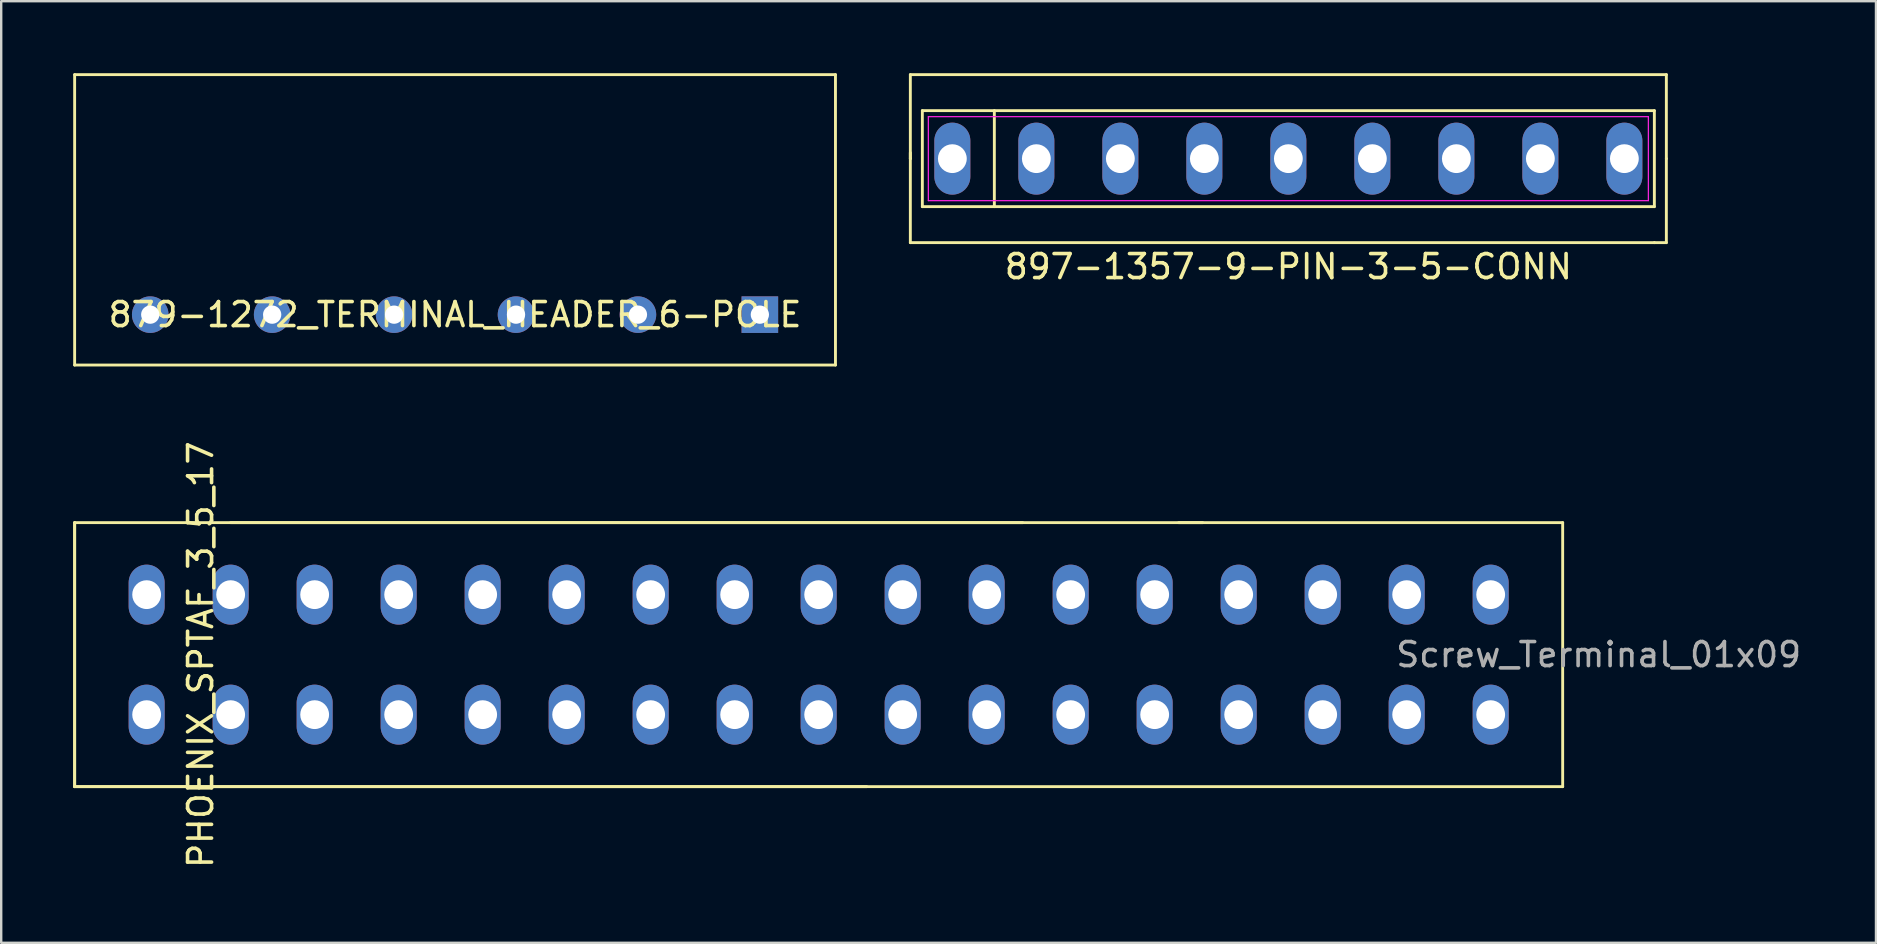
<source format=kicad_pcb>
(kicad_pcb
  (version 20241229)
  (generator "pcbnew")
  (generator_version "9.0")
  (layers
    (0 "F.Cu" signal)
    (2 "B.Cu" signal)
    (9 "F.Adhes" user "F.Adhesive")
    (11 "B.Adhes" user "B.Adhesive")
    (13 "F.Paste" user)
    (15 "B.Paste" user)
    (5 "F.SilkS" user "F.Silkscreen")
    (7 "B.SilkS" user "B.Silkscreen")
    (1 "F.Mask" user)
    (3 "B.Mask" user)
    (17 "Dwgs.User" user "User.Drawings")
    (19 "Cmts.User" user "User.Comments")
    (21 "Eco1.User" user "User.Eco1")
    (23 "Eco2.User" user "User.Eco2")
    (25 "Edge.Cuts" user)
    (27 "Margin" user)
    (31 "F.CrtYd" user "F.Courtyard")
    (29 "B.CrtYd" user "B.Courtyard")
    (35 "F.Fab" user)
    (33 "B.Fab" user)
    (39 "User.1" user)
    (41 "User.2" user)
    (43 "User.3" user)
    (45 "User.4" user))
  (footprint "879-1272_TERMINAL_HEADER_6-POLE"
    (layer "F.Cu")
    (at 3.21 10.06)
    (property "Reference" "879-1272_TERMINAL_HEADER_6-POLE" (at 12.7 0 180) (layer "F.SilkS") (effects (font (size 1 1) (thickness 0.15))))
    (attr through_hole)
    (fp_line (start -3.15 -10) (end 28.55 -10) (stroke (width 0.12) (type solid)) (layer "F.SilkS"))
    (fp_line (start -3.15 2.1) (end -3.15 -10) (stroke (width 0.12) (type solid)) (layer "F.SilkS"))
    (fp_line (start 28.55 -10) (end 28.55 2.1) (stroke (width 0.12) (type solid)) (layer "F.SilkS"))
    (fp_line (start 28.55 2.1) (end -3.15 2.1) (stroke (width 0.12) (type solid)) (layer "F.SilkS"))
    (pad "1" thru_hole rect (at 25.4 0) (size 1.524 1.524) (drill 0.762) (layers "*.Cu" "*.Mask"))
    (pad "2" thru_hole circle (at 20.32 0) (size 1.524 1.524) (drill 0.762) (layers "*.Cu" "*.Mask"))
    (pad "3" thru_hole circle (at 15.24 0) (size 1.524 1.524) (drill 0.762) (layers "*.Cu" "*.Mask"))
    (pad "4" thru_hole circle (at 10.16 0) (size 1.524 1.524) (drill 0.762) (layers "*.Cu" "*.Mask"))
    (pad "5" thru_hole circle (at 5.08 0) (size 1.524 1.524) (drill 0.762) (layers "*.Cu" "*.Mask"))
    (pad "6" thru_hole circle (at 0 0) (size 1.524 1.524) (drill 0.762) (layers "*.Cu" "*.Mask")))
  (footprint "PHOENIX_SPTAF_3_5_17"
    (layer "F.Cu")
    (at 23.06 24.226)
    (property "Reference" "PHOENIX_SPTAF_3_5_17" (at -17.75 0 90) (layer "F.SilkS") (effects (font (size 1 1) (thickness 0.15))))
    (attr through_hole)
    (fp_line (start -23 -5.5) (end -23 5.5) (stroke (width 0.12) (type solid)) (layer "F.SilkS"))
    (fp_line (start -23 -5.5) (end 39 -5.5) (stroke (width 0.12) (type solid)) (layer "F.SilkS"))
    (fp_line (start -23 5.5) (end -23 -5.5) (stroke (width 0.12) (type solid)) (layer "F.SilkS"))
    (fp_line (start -23 5.5) (end 10 5.5) (stroke (width 0.12) (type solid)) (layer "F.SilkS"))
    (fp_line (start 16.5 -5.5) (end -16.5 -5.5) (stroke (width 0.12) (type solid)) (layer "F.SilkS"))
    (fp_line (start 24 -5.5) (end 23 -5.5) (stroke (width 0.12) (type solid)) (layer "F.SilkS"))
    (fp_line (start 39 5.5) (end -23 5.5) (stroke (width 0.12) (type solid)) (layer "F.SilkS"))
    (fp_line (start 39 5.5) (end 39 -5.5) (stroke (width 0.12) (type solid)) (layer "F.SilkS"))
    (fp_text user "Screw_Terminal_01x09" (at 40.5 0 0) (layer "F.Fab") (effects (font (size 1 1) (thickness 0.15))))
    (pad "1" thru_hole oval (at -20 -2.5) (size 1.5 2.5) (drill 1.2) (layers "*.Cu" "*.Mask"))
    (pad "1" thru_hole oval (at -20 2.5) (size 1.5 2.5) (drill 1.2) (layers "*.Cu" "*.Mask"))
    (pad "2" thru_hole oval (at -16.5 -2.5) (size 1.5 2.5) (drill 1.2) (layers "*.Cu" "*.Mask"))
    (pad "2" thru_hole oval (at -16.5 2.5) (size 1.5 2.5) (drill 1.2) (layers "*.Cu" "*.Mask"))
    (pad "3" thru_hole oval (at -13 -2.5) (size 1.5 2.5) (drill 1.2) (layers "*.Cu" "*.Mask"))
    (pad "3" thru_hole oval (at -13 2.5) (size 1.5 2.5) (drill 1.2) (layers "*.Cu" "*.Mask"))
    (pad "4" thru_hole oval (at -9.5 -2.5) (size 1.5 2.5) (drill 1.2) (layers "*.Cu" "*.Mask"))
    (pad "4" thru_hole oval (at -9.5 2.5) (size 1.5 2.5) (drill 1.2) (layers "*.Cu" "*.Mask"))
    (pad "5" thru_hole oval (at -6 -2.5) (size 1.5 2.5) (drill 1.2) (layers "*.Cu" "*.Mask"))
    (pad "5" thru_hole oval (at -6 2.5) (size 1.5 2.5) (drill 1.2) (layers "*.Cu" "*.Mask"))
    (pad "6" thru_hole oval (at -2.5 -2.5) (size 1.5 2.5) (drill 1.2) (layers "*.Cu" "*.Mask"))
    (pad "6" thru_hole oval (at -2.5 2.5) (size 1.5 2.5) (drill 1.2) (layers "*.Cu" "*.Mask"))
    (pad "7" thru_hole oval (at 1 -2.5) (size 1.5 2.5) (drill 1.2) (layers "*.Cu" "*.Mask"))
    (pad "7" thru_hole oval (at 1 2.5) (size 1.5 2.5) (drill 1.2) (layers "*.Cu" "*.Mask"))
    (pad "8" thru_hole oval (at 4.5 -2.5) (size 1.5 2.5) (drill 1.2) (layers "*.Cu" "*.Mask"))
    (pad "8" thru_hole oval (at 4.5 2.5) (size 1.5 2.5) (drill 1.2) (layers "*.Cu" "*.Mask"))
    (pad "9" thru_hole oval (at 8 -2.5) (size 1.5 2.5) (drill 1.2) (layers "*.Cu" "*.Mask"))
    (pad "9" thru_hole oval (at 8 2.5) (size 1.5 2.5) (drill 1.2) (layers "*.Cu" "*.Mask"))
    (pad "10" thru_hole oval (at 11.5 -2.5) (size 1.5 2.5) (drill 1.2) (layers "*.Cu" "*.Mask"))
    (pad "10" thru_hole oval (at 11.5 2.5) (size 1.5 2.5) (drill 1.2) (layers "*.Cu" "*.Mask"))
    (pad "11" thru_hole oval (at 15 -2.5) (size 1.5 2.5) (drill 1.2) (layers "*.Cu" "*.Mask"))
    (pad "11" thru_hole oval (at 15 2.5) (size 1.5 2.5) (drill 1.2) (layers "*.Cu" "*.Mask"))
    (pad "12" thru_hole oval (at 18.5 -2.5) (size 1.5 2.5) (drill 1.2) (layers "*.Cu" "*.Mask"))
    (pad "12" thru_hole oval (at 18.5 2.5) (size 1.5 2.5) (drill 1.2) (layers "*.Cu" "*.Mask"))
    (pad "13" thru_hole oval (at 22 -2.5) (size 1.5 2.5) (drill 1.2) (layers "*.Cu" "*.Mask"))
    (pad "13" thru_hole oval (at 22 2.5) (size 1.5 2.5) (drill 1.2) (layers "*.Cu" "*.Mask"))
    (pad "14" thru_hole oval (at 25.5 -2.5) (size 1.5 2.5) (drill 1.2) (layers "*.Cu" "*.Mask"))
    (pad "14" thru_hole oval (at 25.5 2.5) (size 1.5 2.5) (drill 1.2) (layers "*.Cu" "*.Mask"))
    (pad "15" thru_hole oval (at 29 -2.5) (size 1.5 2.5) (drill 1.2) (layers "*.Cu" "*.Mask"))
    (pad "15" thru_hole oval (at 29 2.5) (size 1.5 2.5) (drill 1.2) (layers "*.Cu" "*.Mask"))
    (pad "16" thru_hole oval (at 32.5 -2.5) (size 1.5 2.5) (drill 1.2) (layers "*.Cu" "*.Mask"))
    (pad "16" thru_hole oval (at 32.5 2.5) (size 1.5 2.5) (drill 1.2) (layers "*.Cu" "*.Mask"))
    (pad "17" thru_hole oval (at 36 -2.5) (size 1.5 2.5) (drill 1.2) (layers "*.Cu" "*.Mask"))
    (pad "17" thru_hole oval (at 36 2.5) (size 1.5 2.5) (drill 1.2) (layers "*.Cu" "*.Mask")))
  (footprint "897-1357-9-PIN-3-5-CONN"
    (layer "F.Cu")
    (at 50.63 3.56)
    (property "Reference" "897-1357-9-PIN-3-5-CONN" (at 0 4.5 0) (layer "F.SilkS") (effects (font (size 1 1) (thickness 0.15))))
    (attr through_hole)
    (fp_line (start -15.75 -3.5) (end -15.75 0) (stroke (width 0.12) (type solid)) (layer "F.SilkS"))
    (fp_line (start -15.75 0) (end -15.75 -0.25) (stroke (width 0.12) (type solid)) (layer "F.SilkS"))
    (fp_line (start -15.75 0) (end -15.75 3.5) (stroke (width 0.12) (type solid)) (layer "F.SilkS"))
    (fp_line (start -15.75 3.5) (end 15.25 3.5) (stroke (width 0.12) (type solid)) (layer "F.SilkS"))
    (fp_line (start -15.25 -2) (end 15.25 -2) (stroke (width 0.12) (type solid)) (layer "F.SilkS"))
    (fp_line (start -15.25 2) (end -15.25 -2) (stroke (width 0.12) (type solid)) (layer "F.SilkS"))
    (fp_line (start -12.25 -2) (end -12.25 2) (stroke (width 0.12) (type solid)) (layer "F.SilkS"))
    (fp_line (start 15.25 -2) (end 15.25 2) (stroke (width 0.12) (type solid)) (layer "F.SilkS"))
    (fp_line (start 15.25 2) (end -15.25 2) (stroke (width 0.12) (type solid)) (layer "F.SilkS"))
    (fp_line (start 15.25 3.5) (end 15.75 3.5) (stroke (width 0.12) (type solid)) (layer "F.SilkS"))
    (fp_line (start 15.75 -3.5) (end -15.75 -3.5) (stroke (width 0.12) (type solid)) (layer "F.SilkS"))
    (fp_line (start 15.75 0) (end 15.75 -3.5) (stroke (width 0.12) (type solid)) (layer "F.SilkS"))
    (fp_line (start 15.75 3.5) (end 15.75 0) (stroke (width 0.12) (type solid)) (layer "F.SilkS"))
    (fp_line (start -15 -1.75) (end 15 -1.75) (stroke (width 0.05) (type solid)) (layer "F.CrtYd"))
    (fp_line (start -15 1.75) (end -15 -1.75) (stroke (width 0.05) (type solid)) (layer "F.CrtYd"))
    (fp_line (start 15 -1.75) (end 15 1.75) (stroke (width 0.05) (type solid)) (layer "F.CrtYd"))
    (fp_line (start 15 1.75) (end -15 1.75) (stroke (width 0.05) (type solid)) (layer "F.CrtYd"))
    (pad "1" thru_hole oval (at -14 0) (size 1.5 3) (drill 1.2) (layers "*.Cu" "*.Mask"))
    (pad "2" thru_hole oval (at -10.5 0) (size 1.5 3) (drill 1.2) (layers "*.Cu" "*.Mask"))
    (pad "3" thru_hole oval (at -7 0) (size 1.5 3) (drill 1.2) (layers "*.Cu" "*.Mask"))
    (pad "4" thru_hole oval (at -3.5 0) (size 1.5 3) (drill 1.2) (layers "*.Cu" "*.Mask"))
    (pad "5" thru_hole oval (at 0 0) (size 1.5 3) (drill 1.2) (layers "*.Cu" "*.Mask"))
    (pad "6" thru_hole oval (at 3.5 0) (size 1.5 3) (drill 1.2) (layers "*.Cu" "*.Mask"))
    (pad "7" thru_hole oval (at 7 0) (size 1.5 3) (drill 1.2) (layers "*.Cu" "*.Mask"))
    (pad "8" thru_hole oval (at 10.5 0) (size 1.5 3) (drill 1.2) (layers "*.Cu" "*.Mask"))
    (pad "9" thru_hole oval (at 14 0) (size 1.5 3) (drill 1.2) (layers "*.Cu" "*.Mask")))
  (gr_rect
    (start -3 -3)
    (end 75.114 36.232)
    (stroke (width 0.1) (type default))
    (fill no)
    (layer "Edge.Cuts")))
</source>
